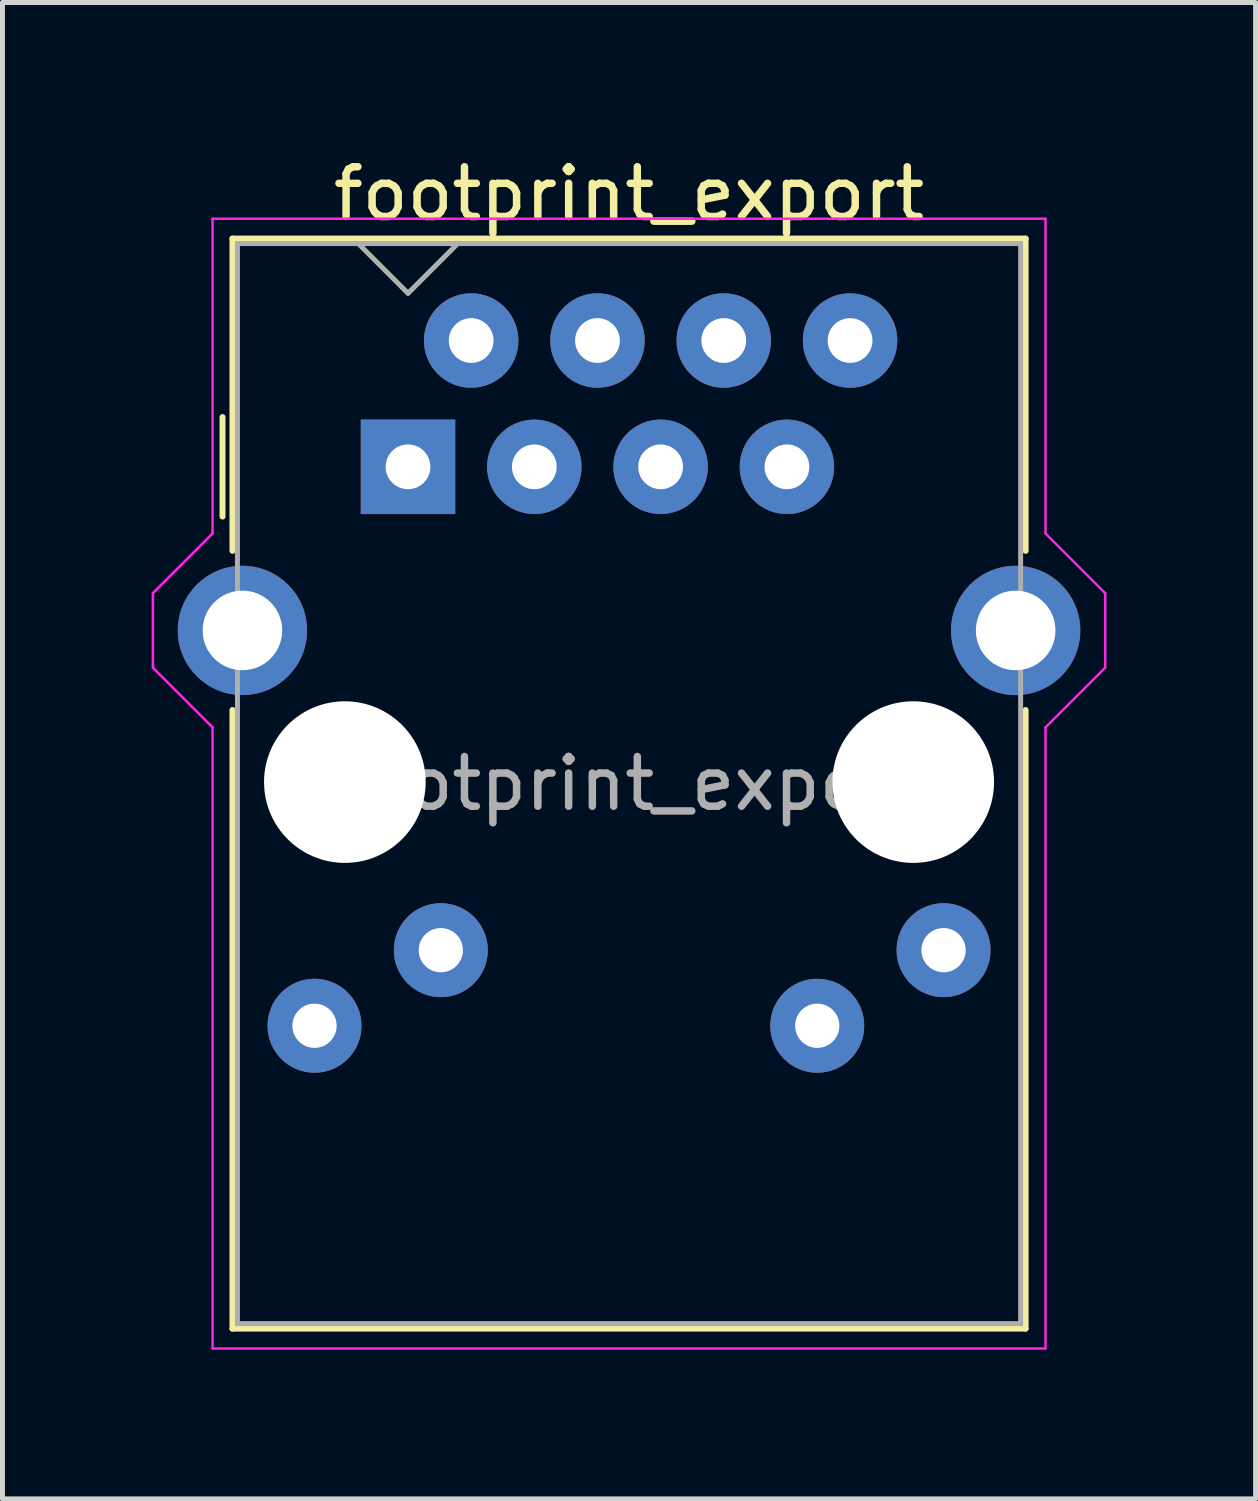
<source format=kicad_pcb>
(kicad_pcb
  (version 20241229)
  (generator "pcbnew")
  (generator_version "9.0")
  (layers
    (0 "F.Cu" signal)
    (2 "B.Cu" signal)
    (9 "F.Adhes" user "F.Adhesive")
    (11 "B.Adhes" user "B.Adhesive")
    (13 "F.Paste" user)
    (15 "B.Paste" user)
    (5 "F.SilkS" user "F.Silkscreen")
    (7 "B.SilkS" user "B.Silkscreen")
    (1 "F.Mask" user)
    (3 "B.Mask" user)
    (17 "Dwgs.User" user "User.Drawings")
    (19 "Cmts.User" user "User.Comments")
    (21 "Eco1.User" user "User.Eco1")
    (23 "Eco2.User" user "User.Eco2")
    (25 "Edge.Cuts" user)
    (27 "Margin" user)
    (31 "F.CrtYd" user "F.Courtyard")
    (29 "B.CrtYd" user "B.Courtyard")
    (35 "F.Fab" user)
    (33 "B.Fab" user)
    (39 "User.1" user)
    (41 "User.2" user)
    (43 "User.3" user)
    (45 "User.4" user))
  (footprint "footprint_export"
    (layer "F.Cu")
    (at 5.155 6.338)
    (property "Reference" "footprint_export" (at 4.445 -5.49 0) (layer "F.SilkS") (effects (font (size 1 1) (thickness 0.15))))
    (attr through_hole)
    (fp_line (start -3.73 -1) (end -3.73 1) (stroke (width 0.12) (type solid)) (layer "F.SilkS"))
    (fp_line (start -3.53 -4.59) (end 12.42 -4.59) (stroke (width 0.12) (type solid)) (layer "F.SilkS"))
    (fp_line (start -3.53 1.69) (end -3.53 -4.59) (stroke (width 0.12) (type solid)) (layer "F.SilkS"))
    (fp_line (start -3.53 17.33) (end -3.53 4.89) (stroke (width 0.12) (type solid)) (layer "F.SilkS"))
    (fp_line (start 12.42 -4.59) (end 12.42 1.69) (stroke (width 0.12) (type solid)) (layer "F.SilkS"))
    (fp_line (start 12.42 4.89) (end 12.42 17.33) (stroke (width 0.12) (type solid)) (layer "F.SilkS"))
    (fp_line (start 12.42 17.33) (end -3.53 17.33) (stroke (width 0.12) (type solid)) (layer "F.SilkS"))
    (fp_line (start -5.13 2.54) (end -5.13 4.04) (stroke (width 0.05) (type solid)) (layer "F.CrtYd"))
    (fp_line (start -5.13 4.04) (end -3.93 5.24) (stroke (width 0.05) (type default)) (layer "F.CrtYd"))
    (fp_line (start -3.93 -4.99) (end -3.93 1.34) (stroke (width 0.05) (type solid)) (layer "F.CrtYd"))
    (fp_line (start -3.93 1.34) (end -5.13 2.54) (stroke (width 0.05) (type default)) (layer "F.CrtYd"))
    (fp_line (start -3.93 5.24) (end -3.93 17.73) (stroke (width 0.05) (type solid)) (layer "F.CrtYd"))
    (fp_line (start -3.93 17.73) (end 12.82 17.73) (stroke (width 0.05) (type solid)) (layer "F.CrtYd"))
    (fp_line (start 12.82 -4.99) (end -3.93 -4.99) (stroke (width 0.05) (type solid)) (layer "F.CrtYd"))
    (fp_line (start 12.82 -4.99) (end 12.82 1.34) (stroke (width 0.05) (type solid)) (layer "F.CrtYd"))
    (fp_line (start 12.82 1.34) (end 14.02 2.54) (stroke (width 0.05) (type default)) (layer "F.CrtYd"))
    (fp_line (start 12.82 5.24) (end 12.82 17.73) (stroke (width 0.05) (type solid)) (layer "F.CrtYd"))
    (fp_line (start 14.02 2.54) (end 14.02 4.04) (stroke (width 0.05) (type solid)) (layer "F.CrtYd"))
    (fp_line (start 14.02 4.04) (end 12.82 5.24) (stroke (width 0.05) (type default)) (layer "F.CrtYd"))
    (fp_line (start -3.43 -4.49) (end 12.32 -4.49) (stroke (width 0.1) (type solid)) (layer "F.Fab"))
    (fp_line (start -3.43 17.23) (end -3.43 -4.49) (stroke (width 0.1) (type solid)) (layer "F.Fab"))
    (fp_line (start 0 -3.49) (end -1 -4.49) (stroke (width 0.1) (type default)) (layer "F.Fab"))
    (fp_line (start 0 -3.49) (end 1 -4.49) (stroke (width 0.1) (type default)) (layer "F.Fab"))
    (fp_line (start 12.32 -4.49) (end 12.32 17.23) (stroke (width 0.1) (type solid)) (layer "F.Fab"))
    (fp_line (start 12.32 17.23) (end -3.43 17.23) (stroke (width 0.1) (type solid)) (layer "F.Fab"))
    (fp_text user "${REFERENCE}" (at 4.445 6.37 0) (layer "F.Fab") (effects (font (size 1 1) (thickness 0.15))))
    (pad "" np_thru_hole circle (at -1.27 6.34) (size 3.25 3.25) (drill 3.25) (layers "*.Cu" "*.Mask"))
    (pad "" np_thru_hole circle (at 10.16 6.34) (size 3.25 3.25) (drill 3.25) (layers "*.Cu" "*.Mask"))
    (pad "L1" thru_hole circle (at 10.77 9.72) (size 1.89 1.89) (drill 0.89) (layers "*.Cu" "*.Mask"))
    (pad "L2" thru_hole circle (at 8.23 11.24) (size 1.89 1.89) (drill 0.89) (layers "*.Cu" "*.Mask"))
    (pad "L3" thru_hole circle (at 0.66 9.72) (size 1.89 1.89) (drill 0.89) (layers "*.Cu" "*.Mask"))
    (pad "L4" thru_hole circle (at -1.88 11.24) (size 1.89 1.89) (drill 0.89) (layers "*.Cu" "*.Mask"))
    (pad "R1" thru_hole rect (at 0 0) (size 1.9 1.9) (drill 0.9) (layers "*.Cu" "*.Mask"))
    (pad "R2" thru_hole circle (at 1.27 -2.54) (size 1.9 1.9) (drill 0.9) (layers "*.Cu" "*.Mask"))
    (pad "R3" thru_hole circle (at 2.54 0) (size 1.9 1.9) (drill 0.9) (layers "*.Cu" "*.Mask"))
    (pad "R4" thru_hole circle (at 3.81 -2.54) (size 1.9 1.9) (drill 0.9) (layers "*.Cu" "*.Mask"))
    (pad "R5" thru_hole circle (at 5.08 0) (size 1.9 1.9) (drill 0.9) (layers "*.Cu" "*.Mask"))
    (pad "R6" thru_hole circle (at 6.35 -2.54) (size 1.9 1.9) (drill 0.9) (layers "*.Cu" "*.Mask"))
    (pad "R7" thru_hole circle (at 7.62 0) (size 1.9 1.9) (drill 0.9) (layers "*.Cu" "*.Mask"))
    (pad "R8" thru_hole circle (at 8.89 -2.54) (size 1.9 1.9) (drill 0.9) (layers "*.Cu" "*.Mask"))
    (pad "SH" thru_hole circle (at -3.33 3.29) (size 2.6 2.6) (drill 1.6) (layers "*.Cu" "*.Mask"))
    (pad "SH" thru_hole circle (at 12.22 3.29) (size 2.6 2.6) (drill 1.6) (layers "*.Cu" "*.Mask")))
  (gr_rect
    (start -3 -3)
    (end 22.2 27.093)
    (stroke (width 0.1) (type default))
    (fill no)
    (layer "Edge.Cuts")))
</source>
